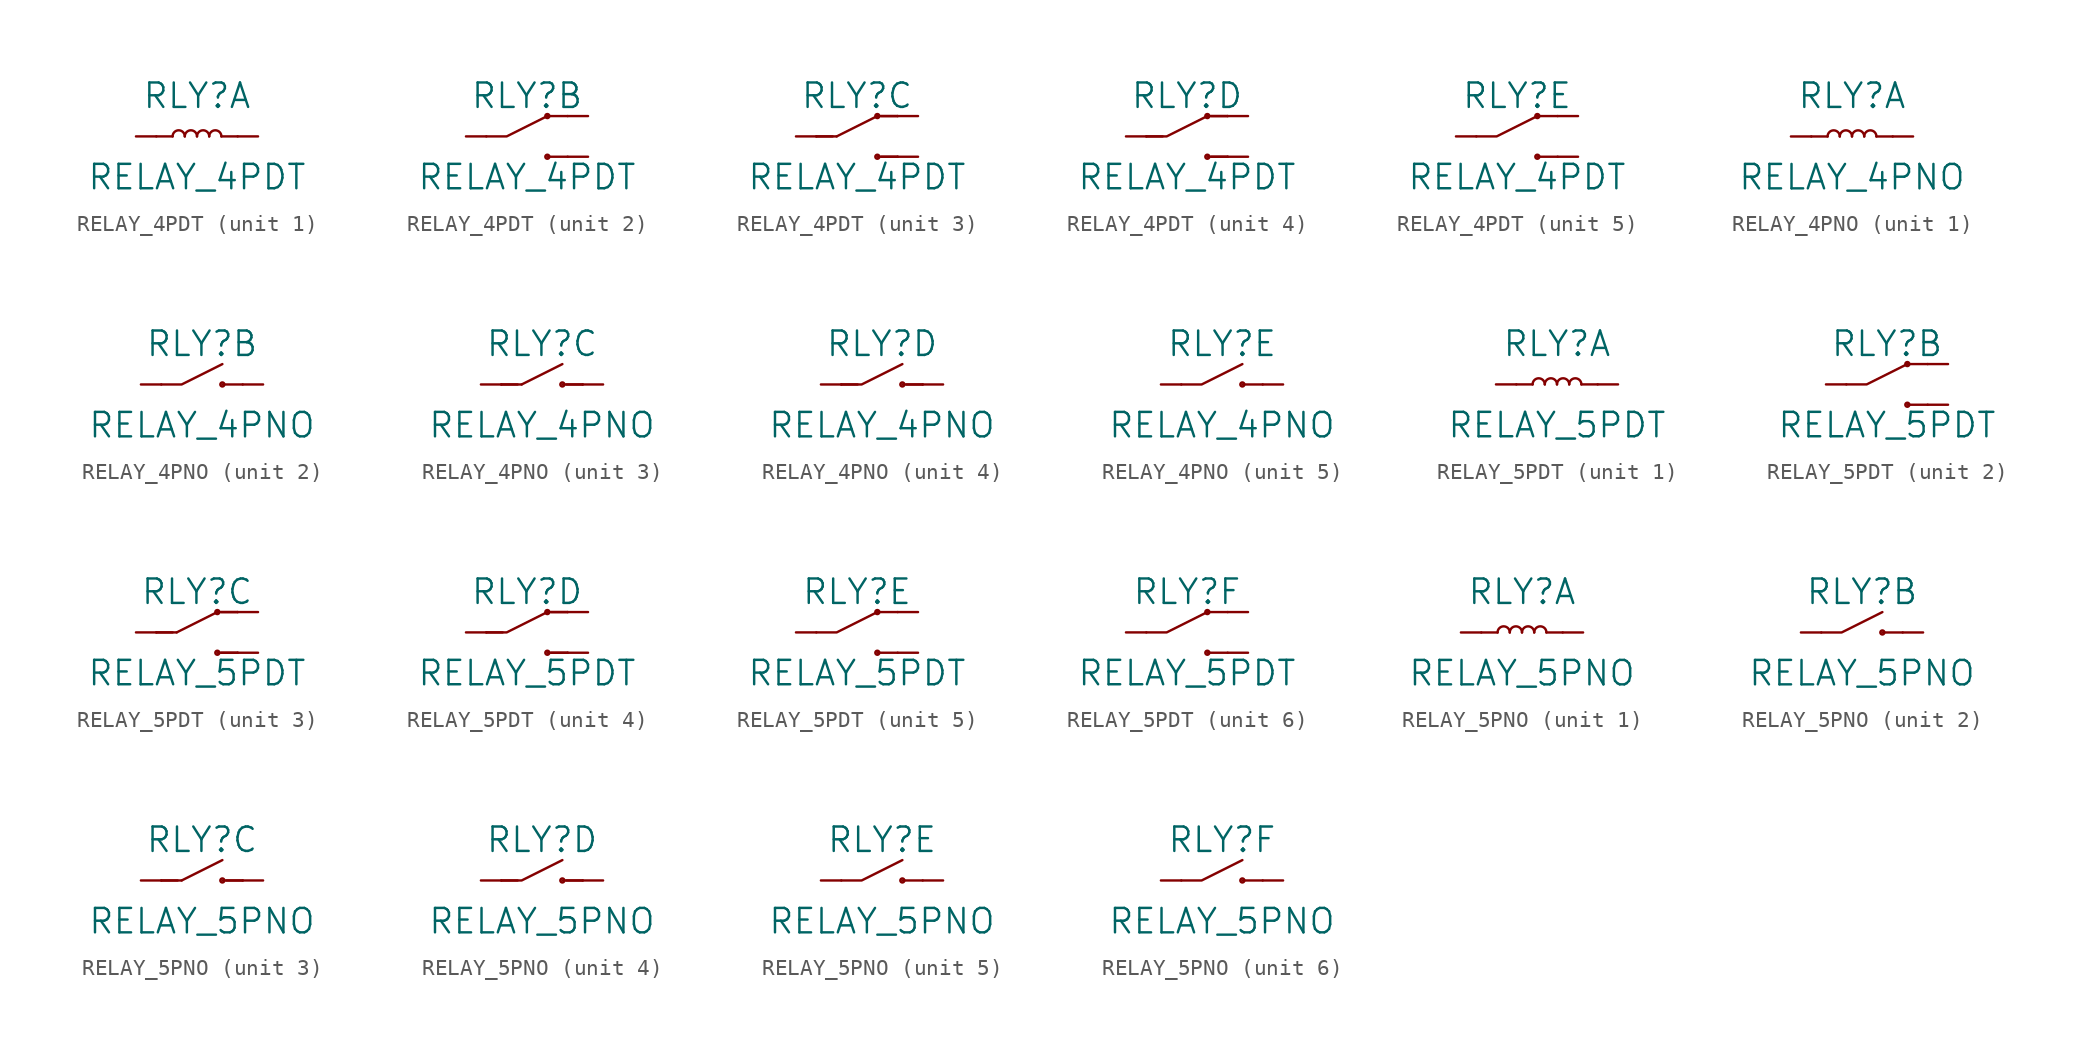
<source format=kicad_sym>
(kicad_symbol_lib
  (version 20220914)
  (generator kicad_symbol_editor)
  (symbol "RELAY_4PDT"
    (pin_numbers hide)
    (pin_names
      (offset 1.016) hide)
    (property "Reference" "RLY"
      (at 0 2.54 0)
      (effects (font (size 1.524 1.524))))
    (property "Value" "RELAY_4PDT"
      (at 0 -2.54 0)
      (effects (font (size 1.524 1.524))))
    (property "Footprint" ""
      (at 0 -1.27 0)
      (effects (font (size 1.524 1.524))))
    (property "Datasheet" ""
      (at 0 0 0)
      (effects (font (size 1.524 1.524))))
    (property "ki_locked" ""
      (at 0 0 0)
      (effects (font (size 1.27 1.27))))
    (symbol "RELAY_4PDT_1_1"
      (arc (start -0.762 0) (mid -1.143 0.3794) (end -1.524 0) (stroke (width 0) (type solid)) (fill (type none)))
      (arc (start 0 0) (mid -0.381 0.3794) (end -0.762 0) (stroke (width 0) (type solid)) (fill (type none)))
      (polyline (pts (xy -1.524 0) (xy -2.54 0) (xy -2.54 0)) (stroke (width 0) (type solid)) (fill (type none)))
      (polyline (pts (xy 1.524 0) (xy 2.54 0) (xy 2.54 0)) (stroke (width 0) (type solid)) (fill (type none)))
      (arc (start 0.762 0) (mid 0.381 0.3794) (end 0 0) (stroke (width 0) (type solid)) (fill (type none)))
      (arc (start 1.524 0) (mid 1.143 0.3794) (end 0.762 0) (stroke (width 0) (type solid)) (fill (type none)))
      (pin passive line (at -3.81 0 0) (length 1.27) (name "~" (effects (font (size 1.27 1.27)))) (number "1" (effects (font (size 1.27 1.27)))))
      (pin passive line (at 3.81 0 180) (length 1.27) (name "~" (effects (font (size 1.27 1.27)))) (number "2" (effects (font (size 1.27 1.27))))))
    (symbol "RELAY_4PDT_2_1"
      (polyline (pts (xy 2.54 -1.27) (xy 1.27 -1.27)) (stroke (width 0) (type solid)) (fill (type none)))
      (polyline (pts (xy 2.54 1.27) (xy 1.27 1.27)) (stroke (width 0) (type solid)) (fill (type none)))
      (polyline (pts (xy -2.54 0) (xy -1.27 0) (xy 1.27 1.27)) (stroke (width 0) (type solid)) (fill (type none)))
      (circle (center 1.27 -1.27) (radius 0.127) (stroke (width 0) (type solid)) (fill (type none)))
      (circle (center 1.27 1.27) (radius 0.127) (stroke (width 0) (type solid)) (fill (type none)))
      (pin passive line (at -3.81 0 0) (length 1.27) (name "~" (effects (font (size 1.27 1.27)))) (number "3" (effects (font (size 1.27 1.27)))))
      (pin passive line (at 3.81 1.27 180) (length 1.27) (name "~" (effects (font (size 1.27 1.27)))) (number "4" (effects (font (size 1.27 1.27)))))
      (pin passive line (at 3.81 -1.27 180) (length 1.27) (name "~" (effects (font (size 1.27 1.27)))) (number "5" (effects (font (size 1.27 1.27))))))
    (symbol "RELAY_4PDT_3_1"
      (polyline (pts (xy -1.27 0) (xy -2.54 0)) (stroke (width 0) (type solid)) (fill (type none)))
      (polyline (pts (xy -1.27 0) (xy 1.27 1.27)) (stroke (width 0) (type solid)) (fill (type none)))
      (polyline (pts (xy 1.27 -1.27) (xy 2.54 -1.27)) (stroke (width 0) (type solid)) (fill (type none)))
      (polyline (pts (xy 1.27 1.27) (xy 2.54 1.27)) (stroke (width 0) (type solid)) (fill (type none)))
      (polyline (pts (xy -1.524 0) (xy -2.54 0) (xy -2.54 0)) (stroke (width 0) (type solid)) (fill (type none)))
      (polyline (pts (xy 1.524 -1.27) (xy 2.54 -1.27) (xy 2.54 -1.27)) (stroke (width 0) (type solid)) (fill (type none)))
      (polyline (pts (xy 1.524 1.27) (xy 2.54 1.27) (xy 2.54 1.27)) (stroke (width 0) (type solid)) (fill (type none)))
      (circle (center 1.27 -1.27) (radius 0.127) (stroke (width 0) (type solid)) (fill (type none)))
      (circle (center 1.27 1.27) (radius 0.127) (stroke (width 0) (type solid)) (fill (type none)))
      (pin passive line (at -3.81 0 0) (length 1.27) (name "~" (effects (font (size 1.27 1.27)))) (number "6" (effects (font (size 1.27 1.27)))))
      (pin passive line (at 3.81 1.27 180) (length 1.27) (name "~" (effects (font (size 1.27 1.27)))) (number "7" (effects (font (size 1.27 1.27)))))
      (pin passive line (at 3.81 -1.27 180) (length 1.27) (name "~" (effects (font (size 1.27 1.27)))) (number "8" (effects (font (size 1.27 1.27))))))
    (symbol "RELAY_4PDT_4_1"
      (polyline (pts (xy 1.27 -1.27) (xy 2.54 -1.27)) (stroke (width 0) (type solid)) (fill (type none)))
      (polyline (pts (xy 1.27 1.27) (xy 2.54 1.27)) (stroke (width 0) (type solid)) (fill (type none)))
      (polyline (pts (xy -2.54 0) (xy -1.27 0) (xy 1.27 1.27)) (stroke (width 0) (type solid)) (fill (type none)))
      (polyline (pts (xy -1.524 0) (xy -2.54 0) (xy -2.54 0)) (stroke (width 0) (type solid)) (fill (type none)))
      (polyline (pts (xy 1.524 -1.27) (xy 2.54 -1.27) (xy 2.54 -1.27)) (stroke (width 0) (type solid)) (fill (type none)))
      (polyline (pts (xy 1.524 1.27) (xy 2.54 1.27) (xy 2.54 1.27)) (stroke (width 0) (type solid)) (fill (type none)))
      (circle (center 1.27 -1.27) (radius 0.127) (stroke (width 0) (type solid)) (fill (type none)))
      (circle (center 1.27 1.27) (radius 0.127) (stroke (width 0) (type solid)) (fill (type none)))
      (pin passive line (at 3.81 1.27 180) (length 1.27) (name "~" (effects (font (size 1.27 1.27)))) (number "10" (effects (font (size 1.27 1.27)))))
      (pin passive line (at 3.81 -1.27 180) (length 1.27) (name "~" (effects (font (size 1.27 1.27)))) (number "11" (effects (font (size 1.27 1.27)))))
      (pin passive line (at -3.81 0 0) (length 1.27) (name "~" (effects (font (size 1.27 1.27)))) (number "9" (effects (font (size 1.27 1.27))))))
    (symbol "RELAY_4PDT_5_1"
      (polyline (pts (xy 1.27 -1.27) (xy 2.54 -1.27)) (stroke (width 0) (type solid)) (fill (type none)))
      (polyline (pts (xy 1.27 1.27) (xy 2.54 1.27)) (stroke (width 0) (type solid)) (fill (type none)))
      (polyline (pts (xy -2.54 0) (xy -1.27 0) (xy 1.27 1.27)) (stroke (width 0) (type solid)) (fill (type none)))
      (circle (center 1.27 -1.27) (radius 0.127) (stroke (width 0) (type solid)) (fill (type none)))
      (circle (center 1.27 1.27) (radius 0.127) (stroke (width 0) (type solid)) (fill (type none)))
      (pin passive line (at -3.81 0 0) (length 1.27) (name "~" (effects (font (size 1.27 1.27)))) (number "12" (effects (font (size 1.27 1.27)))))
      (pin passive line (at 3.81 1.27 180) (length 1.27) (name "~" (effects (font (size 1.27 1.27)))) (number "13" (effects (font (size 1.27 1.27)))))
      (pin passive line (at 3.81 -1.27 180) (length 1.27) (name "~" (effects (font (size 1.27 1.27)))) (number "14" (effects (font (size 1.27 1.27)))))))
  (symbol "RELAY_4PNO"
    (pin_numbers hide)
    (pin_names
      (offset 1.016) hide)
    (property "Reference" "RLY"
      (at 0 2.54 0)
      (effects (font (size 1.524 1.524))))
    (property "Value" "RELAY_4PNO"
      (at 0 -2.54 0)
      (effects (font (size 1.524 1.524))))
    (property "Footprint" ""
      (at 0 0 0)
      (effects (font (size 1.524 1.524))))
    (property "Datasheet" ""
      (at 0 0 0)
      (effects (font (size 1.524 1.524))))
    (property "ki_locked" ""
      (at 0 0 0)
      (effects (font (size 1.27 1.27))))
    (symbol "RELAY_4PNO_1_1"
      (arc (start -0.762 0) (mid -1.143 0.3794) (end -1.524 0) (stroke (width 0) (type solid)) (fill (type none)))
      (arc (start 0 0) (mid -0.381 0.3794) (end -0.762 0) (stroke (width 0) (type solid)) (fill (type none)))
      (polyline (pts (xy -1.524 0) (xy -2.54 0) (xy -2.54 0)) (stroke (width 0) (type solid)) (fill (type none)))
      (polyline (pts (xy 1.524 0) (xy 2.54 0) (xy 2.54 0)) (stroke (width 0) (type solid)) (fill (type none)))
      (arc (start 0.762 0) (mid 0.381 0.3794) (end 0 0) (stroke (width 0) (type solid)) (fill (type none)))
      (arc (start 1.524 0) (mid 1.143 0.3794) (end 0.762 0) (stroke (width 0) (type solid)) (fill (type none)))
      (pin passive line (at -3.81 0 0) (length 1.27) (name "~" (effects (font (size 1.27 1.27)))) (number "1" (effects (font (size 1.27 1.27)))))
      (pin passive line (at 3.81 0 180) (length 1.27) (name "~" (effects (font (size 1.27 1.27)))) (number "2" (effects (font (size 1.27 1.27))))))
    (symbol "RELAY_4PNO_2_1"
      (polyline (pts (xy 2.54 0) (xy 1.27 0)) (stroke (width 0) (type solid)) (fill (type none)))
      (polyline (pts (xy -2.54 0) (xy -1.27 0) (xy 1.27 1.27)) (stroke (width 0) (type solid)) (fill (type none)))
      (circle (center 1.27 0) (radius 0.127) (stroke (width 0) (type solid)) (fill (type none)))
      (pin passive line (at -3.81 0 0) (length 1.27) (name "~" (effects (font (size 1.27 1.27)))) (number "3" (effects (font (size 1.27 1.27)))))
      (pin passive line (at 3.81 0 180) (length 1.27) (name "~" (effects (font (size 1.27 1.27)))) (number "4" (effects (font (size 1.27 1.27))))))
    (symbol "RELAY_4PNO_3_1"
      (polyline (pts (xy -1.27 0) (xy -2.54 0)) (stroke (width 0) (type solid)) (fill (type none)))
      (polyline (pts (xy -1.27 0) (xy 1.27 1.27)) (stroke (width 0) (type solid)) (fill (type none)))
      (polyline (pts (xy 1.27 0) (xy 2.54 0)) (stroke (width 0) (type solid)) (fill (type none)))
      (polyline (pts (xy -1.524 0) (xy -2.54 0) (xy -2.54 0)) (stroke (width 0) (type solid)) (fill (type none)))
      (polyline (pts (xy 1.524 0) (xy 2.54 0) (xy 2.54 0)) (stroke (width 0) (type solid)) (fill (type none)))
      (circle (center 1.27 0) (radius 0.127) (stroke (width 0) (type solid)) (fill (type none)))
      (pin passive line (at -3.81 0 0) (length 1.27) (name "~" (effects (font (size 1.27 1.27)))) (number "5" (effects (font (size 1.27 1.27)))))
      (pin passive line (at 3.81 0 180) (length 1.27) (name "~" (effects (font (size 1.27 1.27)))) (number "6" (effects (font (size 1.27 1.27))))))
    (symbol "RELAY_4PNO_4_1"
      (polyline (pts (xy 1.27 0) (xy 2.54 0)) (stroke (width 0) (type solid)) (fill (type none)))
      (polyline (pts (xy -2.54 0) (xy -1.27 0) (xy 1.27 1.27)) (stroke (width 0) (type solid)) (fill (type none)))
      (polyline (pts (xy -1.524 0) (xy -2.54 0) (xy -2.54 0)) (stroke (width 0) (type solid)) (fill (type none)))
      (polyline (pts (xy 1.524 0) (xy 2.54 0) (xy 2.54 0)) (stroke (width 0) (type solid)) (fill (type none)))
      (circle (center 1.27 0) (radius 0.127) (stroke (width 0) (type solid)) (fill (type none)))
      (pin passive line (at -3.81 0 0) (length 1.27) (name "~" (effects (font (size 1.27 1.27)))) (number "7" (effects (font (size 1.27 1.27)))))
      (pin passive line (at 3.81 0 180) (length 1.27) (name "~" (effects (font (size 1.27 1.27)))) (number "8" (effects (font (size 1.27 1.27))))))
    (symbol "RELAY_4PNO_5_1"
      (polyline (pts (xy 1.27 0) (xy 2.54 0)) (stroke (width 0) (type solid)) (fill (type none)))
      (polyline (pts (xy -2.54 0) (xy -1.27 0) (xy 1.27 1.27)) (stroke (width 0) (type solid)) (fill (type none)))
      (circle (center 1.27 0) (radius 0.127) (stroke (width 0) (type solid)) (fill (type none)))
      (pin passive line (at 3.81 0 180) (length 1.27) (name "~" (effects (font (size 1.27 1.27)))) (number "10" (effects (font (size 1.27 1.27)))))
      (pin passive line (at -3.81 0 0) (length 1.27) (name "~" (effects (font (size 1.27 1.27)))) (number "9" (effects (font (size 1.27 1.27)))))))
  (symbol "RELAY_5PDT"
    (pin_numbers hide)
    (pin_names
      (offset 1.016) hide)
    (property "Reference" "RLY"
      (at 0 2.54 0)
      (effects (font (size 1.524 1.524))))
    (property "Value" "RELAY_5PDT"
      (at 0 -2.54 0)
      (effects (font (size 1.524 1.524))))
    (property "Footprint" ""
      (at 0 -1.27 0)
      (effects (font (size 1.524 1.524))))
    (property "Datasheet" ""
      (at 0 0 0)
      (effects (font (size 1.524 1.524))))
    (property "ki_locked" ""
      (at 0 0 0)
      (effects (font (size 1.27 1.27))))
    (symbol "RELAY_5PDT_1_1"
      (arc (start -0.762 0) (mid -1.143 0.3794) (end -1.524 0) (stroke (width 0) (type solid)) (fill (type none)))
      (arc (start 0 0) (mid -0.381 0.3794) (end -0.762 0) (stroke (width 0) (type solid)) (fill (type none)))
      (polyline (pts (xy -1.524 0) (xy -2.54 0) (xy -2.54 0)) (stroke (width 0) (type solid)) (fill (type none)))
      (polyline (pts (xy 1.524 0) (xy 2.54 0) (xy 2.54 0)) (stroke (width 0) (type solid)) (fill (type none)))
      (arc (start 0.762 0) (mid 0.381 0.3794) (end 0 0) (stroke (width 0) (type solid)) (fill (type none)))
      (arc (start 1.524 0) (mid 1.143 0.3794) (end 0.762 0) (stroke (width 0) (type solid)) (fill (type none)))
      (pin passive line (at -3.81 0 0) (length 1.27) (name "~" (effects (font (size 1.27 1.27)))) (number "1" (effects (font (size 1.27 1.27)))))
      (pin passive line (at 3.81 0 180) (length 1.27) (name "~" (effects (font (size 1.27 1.27)))) (number "2" (effects (font (size 1.27 1.27))))))
    (symbol "RELAY_5PDT_2_1"
      (polyline (pts (xy 2.54 -1.27) (xy 1.27 -1.27)) (stroke (width 0) (type solid)) (fill (type none)))
      (polyline (pts (xy 2.54 1.27) (xy 1.27 1.27)) (stroke (width 0) (type solid)) (fill (type none)))
      (polyline (pts (xy -2.54 0) (xy -1.27 0) (xy 1.27 1.27)) (stroke (width 0) (type solid)) (fill (type none)))
      (circle (center 1.27 -1.27) (radius 0.127) (stroke (width 0) (type solid)) (fill (type none)))
      (circle (center 1.27 1.27) (radius 0.127) (stroke (width 0) (type solid)) (fill (type none)))
      (pin passive line (at -3.81 0 0) (length 1.27) (name "~" (effects (font (size 1.27 1.27)))) (number "3" (effects (font (size 1.27 1.27)))))
      (pin passive line (at 3.81 1.27 180) (length 1.27) (name "~" (effects (font (size 1.27 1.27)))) (number "4" (effects (font (size 1.27 1.27)))))
      (pin passive line (at 3.81 -1.27 180) (length 1.27) (name "~" (effects (font (size 1.27 1.27)))) (number "5" (effects (font (size 1.27 1.27))))))
    (symbol "RELAY_5PDT_3_1"
      (polyline (pts (xy -1.27 0) (xy -2.54 0)) (stroke (width 0) (type solid)) (fill (type none)))
      (polyline (pts (xy -1.27 0) (xy 1.27 1.27)) (stroke (width 0) (type solid)) (fill (type none)))
      (polyline (pts (xy 1.27 -1.27) (xy 2.54 -1.27)) (stroke (width 0) (type solid)) (fill (type none)))
      (polyline (pts (xy 1.27 1.27) (xy 2.54 1.27)) (stroke (width 0) (type solid)) (fill (type none)))
      (polyline (pts (xy -1.524 0) (xy -2.54 0) (xy -2.54 0)) (stroke (width 0) (type solid)) (fill (type none)))
      (polyline (pts (xy 1.524 -1.27) (xy 2.54 -1.27) (xy 2.54 -1.27)) (stroke (width 0) (type solid)) (fill (type none)))
      (polyline (pts (xy 1.524 1.27) (xy 2.54 1.27) (xy 2.54 1.27)) (stroke (width 0) (type solid)) (fill (type none)))
      (circle (center 1.27 -1.27) (radius 0.127) (stroke (width 0) (type solid)) (fill (type none)))
      (circle (center 1.27 1.27) (radius 0.127) (stroke (width 0) (type solid)) (fill (type none)))
      (pin passive line (at -3.81 0 0) (length 1.27) (name "~" (effects (font (size 1.27 1.27)))) (number "6" (effects (font (size 1.27 1.27)))))
      (pin passive line (at 3.81 1.27 180) (length 1.27) (name "~" (effects (font (size 1.27 1.27)))) (number "7" (effects (font (size 1.27 1.27)))))
      (pin passive line (at 3.81 -1.27 180) (length 1.27) (name "~" (effects (font (size 1.27 1.27)))) (number "8" (effects (font (size 1.27 1.27))))))
    (symbol "RELAY_5PDT_4_1"
      (polyline (pts (xy 1.27 -1.27) (xy 2.54 -1.27)) (stroke (width 0) (type solid)) (fill (type none)))
      (polyline (pts (xy 1.27 1.27) (xy 2.54 1.27)) (stroke (width 0) (type solid)) (fill (type none)))
      (polyline (pts (xy -2.54 0) (xy -1.27 0) (xy 1.27 1.27)) (stroke (width 0) (type solid)) (fill (type none)))
      (polyline (pts (xy -1.524 0) (xy -2.54 0) (xy -2.54 0)) (stroke (width 0) (type solid)) (fill (type none)))
      (polyline (pts (xy 1.524 -1.27) (xy 2.54 -1.27) (xy 2.54 -1.27)) (stroke (width 0) (type solid)) (fill (type none)))
      (polyline (pts (xy 1.524 1.27) (xy 2.54 1.27) (xy 2.54 1.27)) (stroke (width 0) (type solid)) (fill (type none)))
      (circle (center 1.27 -1.27) (radius 0.127) (stroke (width 0) (type solid)) (fill (type none)))
      (circle (center 1.27 1.27) (radius 0.127) (stroke (width 0) (type solid)) (fill (type none)))
      (pin passive line (at 3.81 1.27 180) (length 1.27) (name "~" (effects (font (size 1.27 1.27)))) (number "10" (effects (font (size 1.27 1.27)))))
      (pin passive line (at 3.81 -1.27 180) (length 1.27) (name "~" (effects (font (size 1.27 1.27)))) (number "11" (effects (font (size 1.27 1.27)))))
      (pin passive line (at -3.81 0 0) (length 1.27) (name "~" (effects (font (size 1.27 1.27)))) (number "9" (effects (font (size 1.27 1.27))))))
    (symbol "RELAY_5PDT_5_1"
      (polyline (pts (xy 1.27 -1.27) (xy 2.54 -1.27)) (stroke (width 0) (type solid)) (fill (type none)))
      (polyline (pts (xy 1.27 1.27) (xy 2.54 1.27)) (stroke (width 0) (type solid)) (fill (type none)))
      (polyline (pts (xy -2.54 0) (xy -1.27 0) (xy 1.27 1.27)) (stroke (width 0) (type solid)) (fill (type none)))
      (circle (center 1.27 -1.27) (radius 0.127) (stroke (width 0) (type solid)) (fill (type none)))
      (circle (center 1.27 1.27) (radius 0.127) (stroke (width 0) (type solid)) (fill (type none)))
      (pin passive line (at -3.81 0 0) (length 1.27) (name "~" (effects (font (size 1.27 1.27)))) (number "12" (effects (font (size 1.27 1.27)))))
      (pin passive line (at 3.81 1.27 180) (length 1.27) (name "~" (effects (font (size 1.27 1.27)))) (number "13" (effects (font (size 1.27 1.27)))))
      (pin passive line (at 3.81 -1.27 180) (length 1.27) (name "~" (effects (font (size 1.27 1.27)))) (number "14" (effects (font (size 1.27 1.27))))))
    (symbol "RELAY_5PDT_6_1"
      (polyline (pts (xy 1.27 -1.27) (xy 2.54 -1.27)) (stroke (width 0) (type solid)) (fill (type none)))
      (polyline (pts (xy 1.27 1.27) (xy 2.54 1.27)) (stroke (width 0) (type solid)) (fill (type none)))
      (polyline (pts (xy -2.54 0) (xy -1.27 0) (xy 1.27 1.27)) (stroke (width 0) (type solid)) (fill (type none)))
      (circle (center 1.27 -1.27) (radius 0.127) (stroke (width 0) (type solid)) (fill (type none)))
      (circle (center 1.27 1.27) (radius 0.127) (stroke (width 0) (type solid)) (fill (type none)))
      (pin passive line (at -3.81 0 0) (length 1.27) (name "~" (effects (font (size 1.27 1.27)))) (number "15" (effects (font (size 1.27 1.27)))))
      (pin passive line (at 3.81 1.27 180) (length 1.27) (name "~" (effects (font (size 1.27 1.27)))) (number "16" (effects (font (size 1.27 1.27)))))
      (pin passive line (at 3.81 -1.27 180) (length 1.27) (name "~" (effects (font (size 1.27 1.27)))) (number "17" (effects (font (size 1.27 1.27)))))))
  (symbol "RELAY_5PNO"
    (pin_numbers hide)
    (pin_names
      (offset 1.016) hide)
    (property "Reference" "RLY"
      (at 0 2.54 0)
      (effects (font (size 1.524 1.524))))
    (property "Value" "RELAY_5PNO"
      (at 0 -2.54 0)
      (effects (font (size 1.524 1.524))))
    (property "Footprint" ""
      (at 0 0 0)
      (effects (font (size 1.524 1.524))))
    (property "Datasheet" ""
      (at 0 0 0)
      (effects (font (size 1.524 1.524))))
    (property "ki_locked" ""
      (at 0 0 0)
      (effects (font (size 1.27 1.27))))
    (symbol "RELAY_5PNO_1_1"
      (arc (start -0.762 0) (mid -1.143 0.3794) (end -1.524 0) (stroke (width 0) (type solid)) (fill (type none)))
      (arc (start 0 0) (mid -0.381 0.3794) (end -0.762 0) (stroke (width 0) (type solid)) (fill (type none)))
      (polyline (pts (xy -1.524 0) (xy -2.54 0) (xy -2.54 0)) (stroke (width 0) (type solid)) (fill (type none)))
      (polyline (pts (xy 1.524 0) (xy 2.54 0) (xy 2.54 0)) (stroke (width 0) (type solid)) (fill (type none)))
      (arc (start 0.762 0) (mid 0.381 0.3794) (end 0 0) (stroke (width 0) (type solid)) (fill (type none)))
      (arc (start 1.524 0) (mid 1.143 0.3794) (end 0.762 0) (stroke (width 0) (type solid)) (fill (type none)))
      (pin passive line (at -3.81 0 0) (length 1.27) (name "~" (effects (font (size 1.27 1.27)))) (number "1" (effects (font (size 1.27 1.27)))))
      (pin passive line (at 3.81 0 180) (length 1.27) (name "~" (effects (font (size 1.27 1.27)))) (number "2" (effects (font (size 1.27 1.27))))))
    (symbol "RELAY_5PNO_2_1"
      (polyline (pts (xy 2.54 0) (xy 1.27 0)) (stroke (width 0) (type solid)) (fill (type none)))
      (polyline (pts (xy -2.54 0) (xy -1.27 0) (xy 1.27 1.27)) (stroke (width 0) (type solid)) (fill (type none)))
      (circle (center 1.27 0) (radius 0.127) (stroke (width 0) (type solid)) (fill (type none)))
      (pin passive line (at -3.81 0 0) (length 1.27) (name "~" (effects (font (size 1.27 1.27)))) (number "3" (effects (font (size 1.27 1.27)))))
      (pin passive line (at 3.81 0 180) (length 1.27) (name "~" (effects (font (size 1.27 1.27)))) (number "4" (effects (font (size 1.27 1.27))))))
    (symbol "RELAY_5PNO_3_1"
      (polyline (pts (xy -1.27 0) (xy -2.54 0)) (stroke (width 0) (type solid)) (fill (type none)))
      (polyline (pts (xy -1.27 0) (xy 1.27 1.27)) (stroke (width 0) (type solid)) (fill (type none)))
      (polyline (pts (xy 1.27 0) (xy 2.54 0)) (stroke (width 0) (type solid)) (fill (type none)))
      (polyline (pts (xy -1.524 0) (xy -2.54 0) (xy -2.54 0)) (stroke (width 0) (type solid)) (fill (type none)))
      (polyline (pts (xy 1.524 0) (xy 2.54 0) (xy 2.54 0)) (stroke (width 0) (type solid)) (fill (type none)))
      (circle (center 1.27 0) (radius 0.127) (stroke (width 0) (type solid)) (fill (type none)))
      (pin passive line (at -3.81 0 0) (length 1.27) (name "~" (effects (font (size 1.27 1.27)))) (number "5" (effects (font (size 1.27 1.27)))))
      (pin passive line (at 3.81 0 180) (length 1.27) (name "~" (effects (font (size 1.27 1.27)))) (number "6" (effects (font (size 1.27 1.27))))))
    (symbol "RELAY_5PNO_4_1"
      (polyline (pts (xy 1.27 0) (xy 2.54 0)) (stroke (width 0) (type solid)) (fill (type none)))
      (polyline (pts (xy -2.54 0) (xy -1.27 0) (xy 1.27 1.27)) (stroke (width 0) (type solid)) (fill (type none)))
      (polyline (pts (xy -1.524 0) (xy -2.54 0) (xy -2.54 0)) (stroke (width 0) (type solid)) (fill (type none)))
      (polyline (pts (xy 1.524 0) (xy 2.54 0) (xy 2.54 0)) (stroke (width 0) (type solid)) (fill (type none)))
      (circle (center 1.27 0) (radius 0.127) (stroke (width 0) (type solid)) (fill (type none)))
      (pin passive line (at -3.81 0 0) (length 1.27) (name "~" (effects (font (size 1.27 1.27)))) (number "7" (effects (font (size 1.27 1.27)))))
      (pin passive line (at 3.81 0 180) (length 1.27) (name "~" (effects (font (size 1.27 1.27)))) (number "8" (effects (font (size 1.27 1.27))))))
    (symbol "RELAY_5PNO_5_1"
      (polyline (pts (xy 1.27 0) (xy 2.54 0)) (stroke (width 0) (type solid)) (fill (type none)))
      (polyline (pts (xy -2.54 0) (xy -1.27 0) (xy 1.27 1.27)) (stroke (width 0) (type solid)) (fill (type none)))
      (circle (center 1.27 0) (radius 0.127) (stroke (width 0) (type solid)) (fill (type none)))
      (pin passive line (at 3.81 0 180) (length 1.27) (name "~" (effects (font (size 1.27 1.27)))) (number "10" (effects (font (size 1.27 1.27)))))
      (pin passive line (at -3.81 0 0) (length 1.27) (name "~" (effects (font (size 1.27 1.27)))) (number "9" (effects (font (size 1.27 1.27))))))
    (symbol "RELAY_5PNO_6_1"
      (polyline (pts (xy 1.27 0) (xy 2.54 0)) (stroke (width 0) (type solid)) (fill (type none)))
      (polyline (pts (xy -2.54 0) (xy -1.27 0) (xy 1.27 1.27)) (stroke (width 0) (type solid)) (fill (type none)))
      (circle (center 1.27 0) (radius 0.127) (stroke (width 0) (type solid)) (fill (type none)))
      (pin passive line (at -3.81 0 0) (length 1.27) (name "~" (effects (font (size 1.27 1.27)))) (number "11" (effects (font (size 1.27 1.27)))))
      (pin passive line (at 3.81 0 180) (length 1.27) (name "~" (effects (font (size 1.27 1.27)))) (number "12" (effects (font (size 1.27 1.27))))))))
</source>
